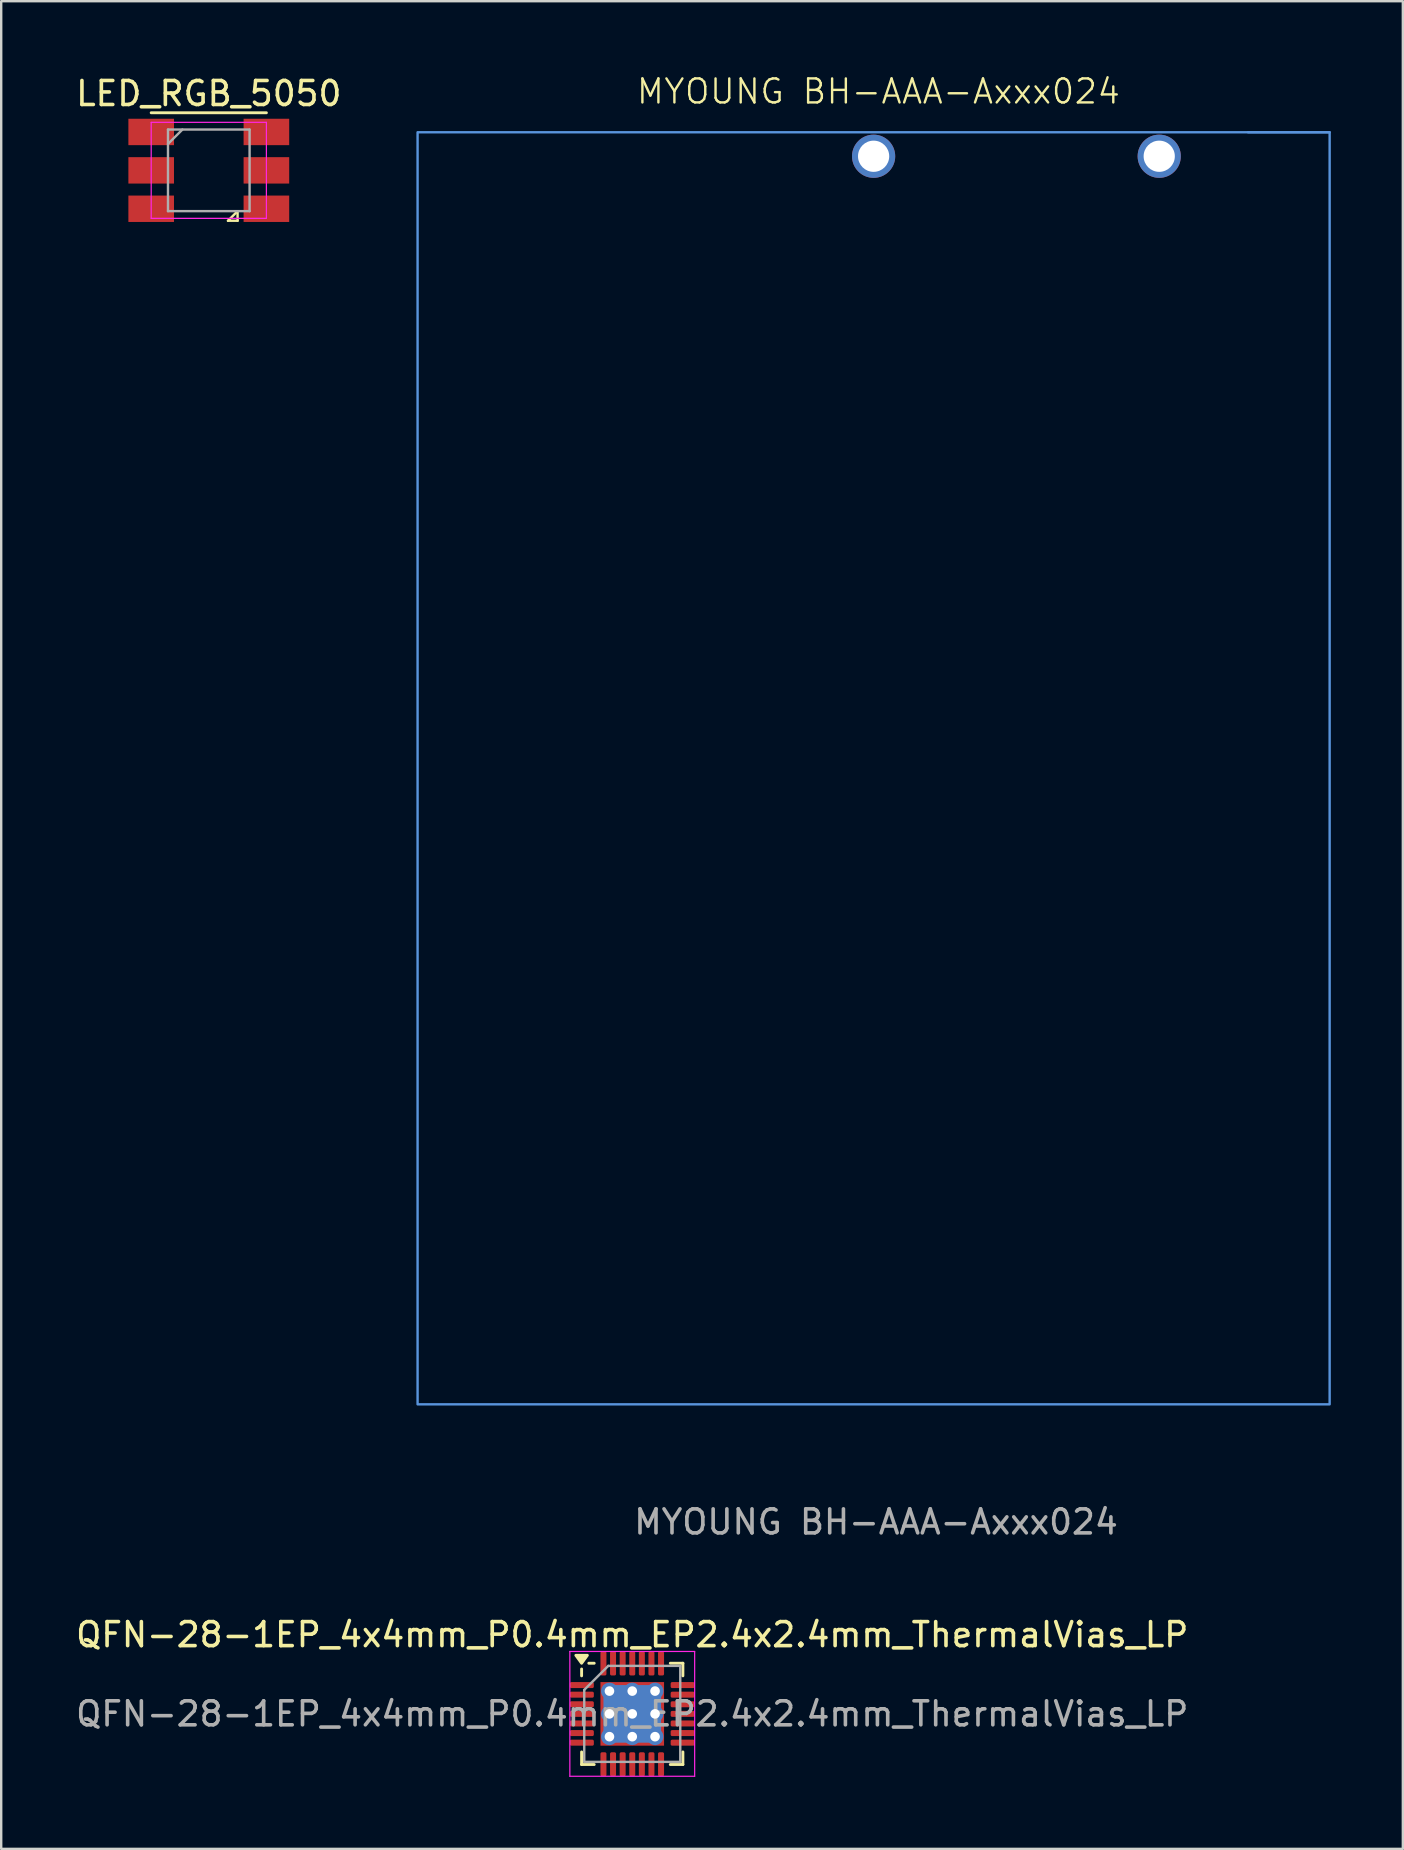
<source format=kicad_pcb>
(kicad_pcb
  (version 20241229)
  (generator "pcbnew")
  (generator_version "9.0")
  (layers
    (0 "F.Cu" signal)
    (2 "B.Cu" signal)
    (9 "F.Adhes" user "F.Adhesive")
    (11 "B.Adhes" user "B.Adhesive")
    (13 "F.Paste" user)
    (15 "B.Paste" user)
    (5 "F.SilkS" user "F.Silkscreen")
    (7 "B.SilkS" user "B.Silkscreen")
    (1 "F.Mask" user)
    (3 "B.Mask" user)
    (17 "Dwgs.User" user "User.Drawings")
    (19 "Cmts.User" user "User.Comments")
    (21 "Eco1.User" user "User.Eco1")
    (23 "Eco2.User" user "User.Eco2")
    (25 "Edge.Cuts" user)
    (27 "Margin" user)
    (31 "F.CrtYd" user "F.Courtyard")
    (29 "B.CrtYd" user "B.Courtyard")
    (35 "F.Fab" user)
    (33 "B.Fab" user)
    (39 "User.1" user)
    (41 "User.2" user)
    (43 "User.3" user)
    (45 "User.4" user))
  (footprint "MYOUNG BH-AAA-Axxx024"
    (layer "F.Cu")
    (at 33.348 28.96)
    (property "Reference" "MYOUNG BH-AAA-Axxx024" (at 0.2 -28.2 0) (unlocked yes) (layer "F.SilkS") (effects (font (size 1 1) (thickness 0.1))))
    (attr through_hole)
    (fp_line (start 19 -26.5) (end 15.6 -26.5) (stroke (width 0.1) (type default)) (layer "Cmts.User"))
    (fp_rect (start -19 -26.5) (end 19 26.5) (stroke (width 0.1) (type default)) (fill no) (layer "Cmts.User"))
    (fp_line (start 15.6 -26.5) (end 15.6 -25.5) (stroke (width 0.1) (type default)) (layer "User.1"))
    (fp_text user "${REFERENCE}" (at 0.1 31.4 0) (unlocked yes) (layer "F.Fab") (effects (font (size 1 1) (thickness 0.15))))
    (pad "1" thru_hole circle (at 11.9 -25.5) (size 1.8 1.8) (drill 1.3) (layers "*.Cu" "*.Mask"))
    (pad "2" thru_hole circle (at 0 -25.5) (size 1.8 1.8) (drill 1.3) (layers "*.Cu" "*.Mask")))
  (footprint "LED_RGB_5050"
    (layer "F.Cu")
    (at 5.649 4.048)
    (property "Reference" "LED_RGB_5050" (at 0 -3.2 0) (layer "F.SilkS") (effects (font (size 1 1) (thickness 0.15))))
    (attr smd)
    (fp_line (start 0.8 2.1) (end 1.2 1.7) (stroke (width 0.1) (type default)) (layer "F.SilkS"))
    (fp_line (start 1.2 1.7) (end 1.2 2.1) (stroke (width 0.1) (type default)) (layer "F.SilkS"))
    (fp_line (start 1.2 2.1) (end 0.8 2.1) (stroke (width 0.1) (type default)) (layer "F.SilkS"))
    (fp_line (start 2.4 -2.4) (end -2.4 -2.4) (stroke (width 0.12) (type solid)) (layer "F.SilkS"))
    (fp_line (start -2.4 -2) (end -2.4 2) (stroke (width 0.05) (type solid)) (layer "F.CrtYd"))
    (fp_line (start -2.4 -2) (end 2.4 -2) (stroke (width 0.05) (type solid)) (layer "F.CrtYd"))
    (fp_line (start -2.4 2) (end 2.4 2) (stroke (width 0.05) (type solid)) (layer "F.CrtYd"))
    (fp_line (start 2.4 -2) (end 2.4 2) (stroke (width 0.05) (type solid)) (layer "F.CrtYd"))
    (fp_line (start -1.7 -1.7) (end -1.7 1.7) (stroke (width 0.1) (type solid)) (layer "F.Fab"))
    (fp_line (start -1.7 -1.1) (end -1.1 -1.7) (stroke (width 0.1) (type solid)) (layer "F.Fab"))
    (fp_line (start -1.7 1.7) (end 1.7 1.7) (stroke (width 0.1) (type solid)) (layer "F.Fab"))
    (fp_line (start 1.7 -1.7) (end -1.7 -1.7) (stroke (width 0.1) (type solid)) (layer "F.Fab"))
    (fp_line (start 1.7 1.7) (end 1.7 -1.7) (stroke (width 0.1) (type solid)) (layer "F.Fab"))
    (pad "1" smd rect (at -2.4 -1.6 90) (size 1.1 1.9) (layers "F.Cu" "F.Mask" "F.Paste"))
    (pad "2" smd rect (at -2.4 0 90) (size 1.1 1.9) (layers "F.Cu" "F.Mask" "F.Paste"))
    (pad "3" smd rect (at -2.4 1.6 90) (size 1.1 1.9) (layers "F.Cu" "F.Mask" "F.Paste"))
    (pad "4" smd rect (at 2.4 1.6 90) (size 1.1 1.9) (layers "F.Cu" "F.Mask" "F.Paste"))
    (pad "5" smd rect (at 2.4 0 90) (size 1.1 1.9) (layers "F.Cu" "F.Mask" "F.Paste"))
    (pad "6" smd rect (at 2.4 -1.6 90) (size 1.1 1.9) (layers "F.Cu" "F.Mask" "F.Paste")))
  (footprint "QFN-28-1EP_4x4mm_P0.4mm_EP2.4x2.4mm_ThermalVias_LP"
    (layer "F.Cu")
    (at 23.292 68.357)
    (property "Reference" "QFN-28-1EP_4x4mm_P0.4mm_EP2.4x2.4mm_ThermalVias_LP" (at 0 -3.3 0) (layer "F.SilkS") (effects (font (size 1 1) (thickness 0.15))))
    (attr smd)
    (fp_line (start -2.11 -1.585) (end -2.11 -1.87) (stroke (width 0.12) (type solid)) (layer "F.SilkS"))
    (fp_line (start -2.11 2.11) (end -2.11 1.585) (stroke (width 0.12) (type solid)) (layer "F.SilkS"))
    (fp_line (start -1.585 -2.11) (end -1.81 -2.11) (stroke (width 0.12) (type solid)) (layer "F.SilkS"))
    (fp_line (start -1.585 2.11) (end -2.11 2.11) (stroke (width 0.12) (type solid)) (layer "F.SilkS"))
    (fp_line (start 1.585 -2.11) (end 2.11 -2.11) (stroke (width 0.12) (type solid)) (layer "F.SilkS"))
    (fp_line (start 1.585 2.11) (end 2.11 2.11) (stroke (width 0.12) (type solid)) (layer "F.SilkS"))
    (fp_line (start 2.11 -2.11) (end 2.11 -1.585) (stroke (width 0.12) (type solid)) (layer "F.SilkS"))
    (fp_line (start 2.11 2.11) (end 2.11 1.585) (stroke (width 0.12) (type solid)) (layer "F.SilkS"))
    (fp_poly (pts (xy -2.11 -2.11) (xy -2.35 -2.44) (xy -1.87 -2.44) (xy -2.11 -2.11)) (stroke (width 0.12) (type solid)) (fill yes) (layer "F.SilkS"))
    (fp_line (start -2.6 -2.6) (end -2.6 2.6) (stroke (width 0.05) (type solid)) (layer "F.CrtYd"))
    (fp_line (start -2.6 2.6) (end 2.6 2.6) (stroke (width 0.05) (type solid)) (layer "F.CrtYd"))
    (fp_line (start 2.6 -2.6) (end -2.6 -2.6) (stroke (width 0.05) (type solid)) (layer "F.CrtYd"))
    (fp_line (start 2.6 2.6) (end 2.6 -2.6) (stroke (width 0.05) (type solid)) (layer "F.CrtYd"))
    (fp_line (start -2 -1) (end -1 -2) (stroke (width 0.1) (type solid)) (layer "F.Fab"))
    (fp_line (start -2 2) (end -2 -1) (stroke (width 0.1) (type solid)) (layer "F.Fab"))
    (fp_line (start -1 -2) (end 2 -2) (stroke (width 0.1) (type solid)) (layer "F.Fab"))
    (fp_line (start 2 -2) (end 2 2) (stroke (width 0.1) (type solid)) (layer "F.Fab"))
    (fp_line (start 2 2) (end -2 2) (stroke (width 0.1) (type solid)) (layer "F.Fab"))
    (fp_text user "${REFERENCE}" (at 0 0 0) (layer "F.Fab") (effects (font (size 1 1) (thickness 0.15))))
    (pad "" smd roundrect (at -0.6 -0.6) (size 1.04 1.04) (layers "F.Paste") (roundrect_rratio 0.24))
    (pad "" smd roundrect (at -0.6 0.6) (size 1.04 1.04) (layers "F.Paste") (roundrect_rratio 0.24))
    (pad "" smd roundrect (at 0.6 -0.6) (size 1.04 1.04) (layers "F.Paste") (roundrect_rratio 0.24))
    (pad "" smd roundrect (at 0.6 0.6) (size 1.04 1.04) (layers "F.Paste") (roundrect_rratio 0.24))
    (pad "1" smd roundrect (at -2.1 -1.2) (size 1 0.25) (layers "F.Cu" "F.Mask" "F.Paste") (roundrect_rratio 0.25))
    (pad "2" smd roundrect (at -2.1 -0.8) (size 1 0.25) (layers "F.Cu" "F.Mask" "F.Paste") (roundrect_rratio 0.25))
    (pad "3" smd roundrect (at -2.1 -0.4) (size 1 0.25) (layers "F.Cu" "F.Mask" "F.Paste") (roundrect_rratio 0.25))
    (pad "4" smd roundrect (at -2.1 0) (size 1 0.25) (layers "F.Cu" "F.Mask" "F.Paste") (roundrect_rratio 0.25))
    (pad "5" smd roundrect (at -2.1 0.4) (size 1 0.25) (layers "F.Cu" "F.Mask" "F.Paste") (roundrect_rratio 0.25))
    (pad "6" smd roundrect (at -2.1 0.8) (size 1 0.25) (layers "F.Cu" "F.Mask" "F.Paste") (roundrect_rratio 0.25))
    (pad "7" smd roundrect (at -2.1 1.2) (size 1 0.25) (layers "F.Cu" "F.Mask" "F.Paste") (roundrect_rratio 0.25))
    (pad "8" smd roundrect (at -1.2 2.1) (size 0.25 1) (layers "F.Cu" "F.Mask" "F.Paste") (roundrect_rratio 0.25))
    (pad "9" smd roundrect (at -0.8 2.1) (size 0.25 1) (layers "F.Cu" "F.Mask" "F.Paste") (roundrect_rratio 0.25))
    (pad "10" smd roundrect (at -0.4 2.1) (size 0.25 1) (layers "F.Cu" "F.Mask" "F.Paste") (roundrect_rratio 0.25))
    (pad "11" smd roundrect (at 0 2.1) (size 0.25 1) (layers "F.Cu" "F.Mask" "F.Paste") (roundrect_rratio 0.25))
    (pad "12" smd roundrect (at 0.4 2.1) (size 0.25 1) (layers "F.Cu" "F.Mask" "F.Paste") (roundrect_rratio 0.25))
    (pad "13" smd roundrect (at 0.8 2.1) (size 0.25 1) (layers "F.Cu" "F.Mask" "F.Paste") (roundrect_rratio 0.25))
    (pad "14" smd roundrect (at 1.2 2.1) (size 0.25 1) (layers "F.Cu" "F.Mask" "F.Paste") (roundrect_rratio 0.25))
    (pad "15" smd roundrect (at 2.1 1.2) (size 1 0.25) (layers "F.Cu" "F.Mask" "F.Paste") (roundrect_rratio 0.25))
    (pad "16" smd roundrect (at 2.1 0.8) (size 1 0.25) (layers "F.Cu" "F.Mask" "F.Paste") (roundrect_rratio 0.25))
    (pad "17" smd roundrect (at 2.1 0.4) (size 1 0.25) (layers "F.Cu" "F.Mask" "F.Paste") (roundrect_rratio 0.25))
    (pad "18" smd roundrect (at 2.1 0) (size 1 0.25) (layers "F.Cu" "F.Mask" "F.Paste") (roundrect_rratio 0.25))
    (pad "19" smd roundrect (at 2.1 -0.4) (size 1 0.25) (layers "F.Cu" "F.Mask" "F.Paste") (roundrect_rratio 0.25))
    (pad "20" smd roundrect (at 2.1 -0.8) (size 1 0.25) (layers "F.Cu" "F.Mask" "F.Paste") (roundrect_rratio 0.25))
    (pad "21" smd roundrect (at 2.1 -1.2) (size 1 0.25) (layers "F.Cu" "F.Mask" "F.Paste") (roundrect_rratio 0.25))
    (pad "22" smd roundrect (at 1.2 -2.1) (size 0.25 1) (layers "F.Cu" "F.Mask" "F.Paste") (roundrect_rratio 0.25))
    (pad "23" smd roundrect (at 0.8 -2.1) (size 0.25 1) (layers "F.Cu" "F.Mask" "F.Paste") (roundrect_rratio 0.25))
    (pad "24" smd roundrect (at 0.4 -2.1) (size 0.25 1) (layers "F.Cu" "F.Mask" "F.Paste") (roundrect_rratio 0.25))
    (pad "25" smd roundrect (at 0 -2.1) (size 0.25 1) (layers "F.Cu" "F.Mask" "F.Paste") (roundrect_rratio 0.25))
    (pad "26" smd roundrect (at -0.4 -2.1) (size 0.25 1) (layers "F.Cu" "F.Mask" "F.Paste") (roundrect_rratio 0.25))
    (pad "27" smd roundrect (at -0.8 -2.1) (size 0.25 1) (layers "F.Cu" "F.Mask" "F.Paste") (roundrect_rratio 0.25))
    (pad "28" smd roundrect (at -1.2 -2.1) (size 0.25 1) (layers "F.Cu" "F.Mask" "F.Paste") (roundrect_rratio 0.25))
    (pad "29" thru_hole circle (at -0.95 -0.95) (size 0.7 0.7) (drill 0.4) (property pad_prop_heatsink) (layers "*.Cu"))
    (pad "29" thru_hole circle (at -0.95 0) (size 0.7 0.7) (drill 0.4) (property pad_prop_heatsink) (layers "*.Cu"))
    (pad "29" thru_hole circle (at -0.95 0.95) (size 0.7 0.7) (drill 0.4) (property pad_prop_heatsink) (layers "*.Cu"))
    (pad "29" thru_hole circle (at 0 -0.95) (size 0.7 0.7) (drill 0.4) (property pad_prop_heatsink) (layers "*.Cu"))
    (pad "29" thru_hole circle (at 0 0) (size 0.7 0.7) (drill 0.4) (property pad_prop_heatsink) (layers "*.Cu"))
    (pad "29" smd rect (at 0 0) (size 2.4 2.4) (property pad_prop_heatsink) (layers "B.Cu"))
    (pad "29" smd rect (at 0 0) (size 2.65 2.65) (property pad_prop_heatsink) (layers "F.Cu" "F.Mask"))
    (pad "29" thru_hole circle (at 0 0.95) (size 0.7 0.7) (drill 0.4) (property pad_prop_heatsink) (layers "*.Cu"))
    (pad "29" thru_hole circle (at 0.95 -0.95) (size 0.7 0.7) (drill 0.4) (property pad_prop_heatsink) (layers "*.Cu"))
    (pad "29" thru_hole circle (at 0.95 0) (size 0.7 0.7) (drill 0.4) (property pad_prop_heatsink) (layers "*.Cu"))
    (pad "29" thru_hole circle (at 0.95 0.95) (size 0.7 0.7) (drill 0.4) (property pad_prop_heatsink) (layers "*.Cu")))
  (gr_rect
    (start -3 -3)
    (end 55.398 73.982)
    (stroke (width 0.1) (type default))
    (fill no)
    (layer "Edge.Cuts")))
</source>
